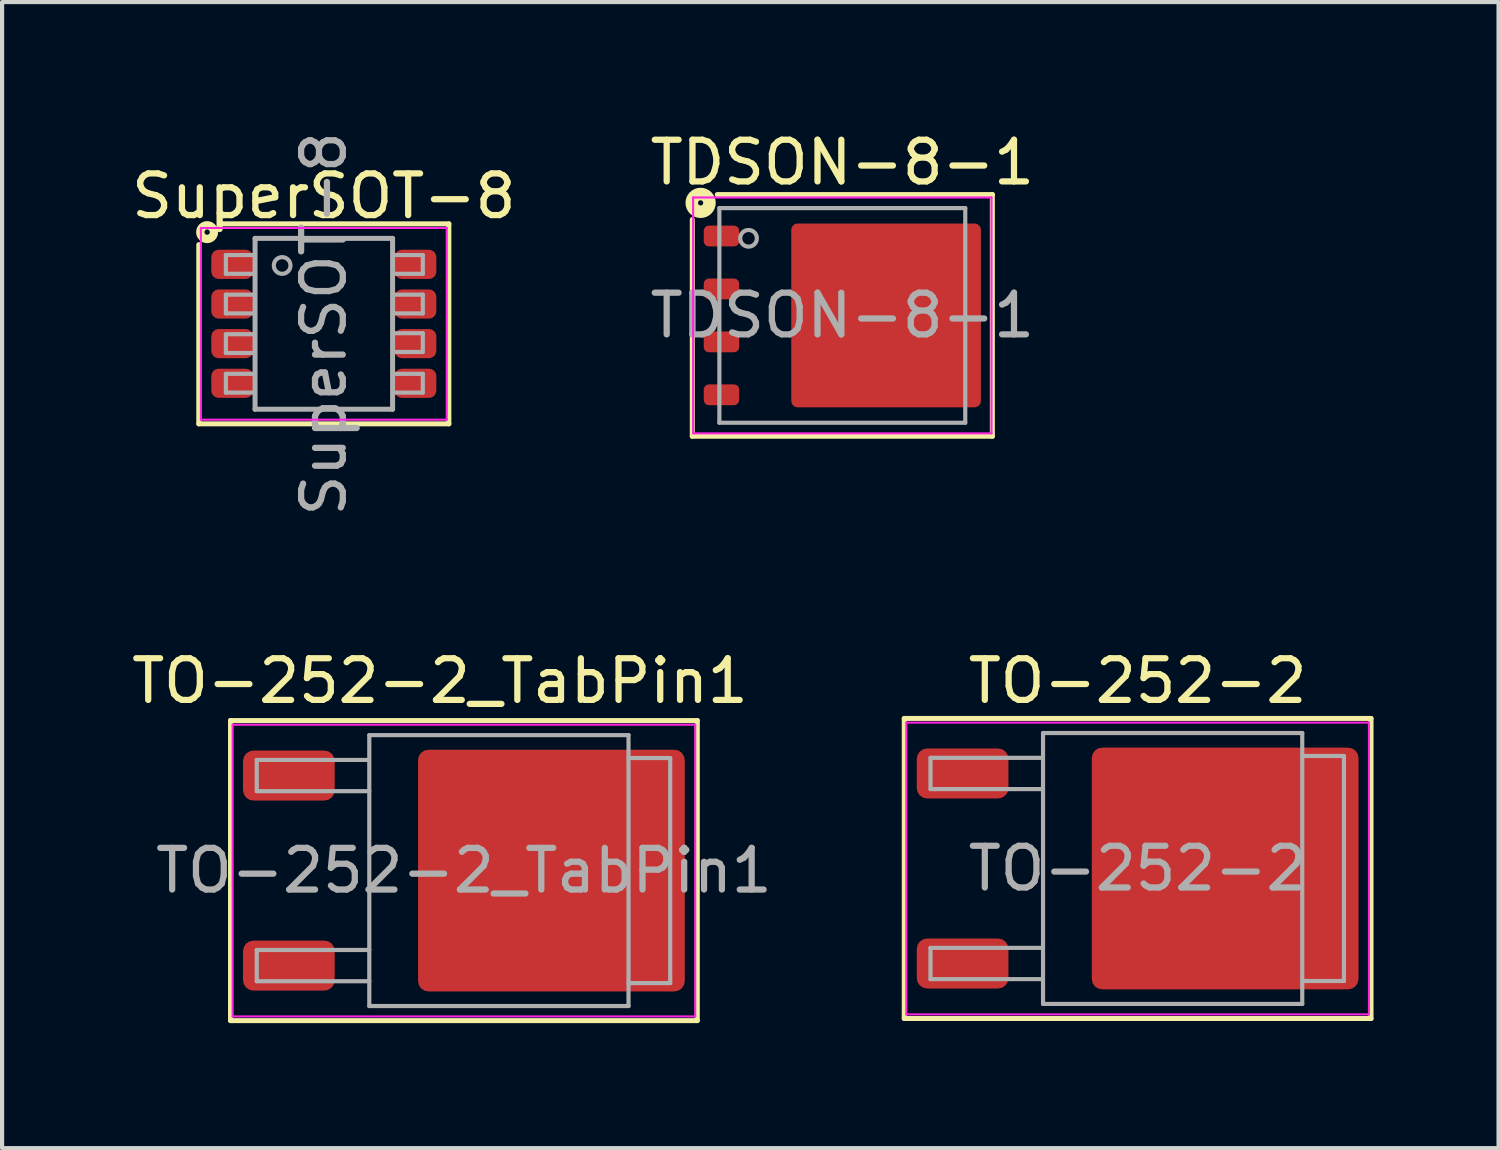
<source format=kicad_pcb>
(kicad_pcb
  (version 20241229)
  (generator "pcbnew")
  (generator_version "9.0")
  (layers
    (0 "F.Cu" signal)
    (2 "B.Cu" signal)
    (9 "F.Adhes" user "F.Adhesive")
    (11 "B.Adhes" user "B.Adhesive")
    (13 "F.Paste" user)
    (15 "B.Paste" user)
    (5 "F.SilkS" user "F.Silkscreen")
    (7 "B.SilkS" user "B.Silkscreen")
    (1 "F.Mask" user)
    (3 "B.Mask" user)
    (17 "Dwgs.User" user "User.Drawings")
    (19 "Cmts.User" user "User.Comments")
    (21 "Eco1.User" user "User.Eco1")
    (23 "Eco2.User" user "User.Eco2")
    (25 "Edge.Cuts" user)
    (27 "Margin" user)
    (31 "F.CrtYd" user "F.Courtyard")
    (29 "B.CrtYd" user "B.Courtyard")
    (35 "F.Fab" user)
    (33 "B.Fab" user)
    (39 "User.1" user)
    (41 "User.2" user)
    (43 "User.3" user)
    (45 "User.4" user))
  (footprint "SuperSOT-8"
    (layer "F.Cu")
    (at 4.72 4.72)
    (property "Reference" "SuperSOT-8" (at 0 -3.064 0) (layer "F.SilkS") (effects (font (size 1 1) (thickness 0.15))))
    (attr smd)
    (fp_line (start -3 -1.9) (end -3 2.4) (stroke (width 0.12) (type solid)) (layer "F.SilkS"))
    (fp_line (start -3 2.4) (end 3 2.4) (stroke (width 0.12) (type solid)) (layer "F.SilkS"))
    (fp_line (start 3 -2.4) (end -2.5 -2.4) (stroke (width 0.12) (type solid)) (layer "F.SilkS"))
    (fp_line (start 3 2.4) (end 3 -2.4) (stroke (width 0.12) (type solid)) (layer "F.SilkS"))
    (fp_circle (center -2.8 -2.2) (end -2.736 -2.2) (stroke (width 0.2) (type solid)) (fill no) (layer "F.SilkS"))
    (fp_line (start -2.95 -2.3) (end -2.95 2.3) (stroke (width 0.05) (type solid)) (layer "F.CrtYd"))
    (fp_line (start -2.95 -2.3) (end 2.95 -2.3) (stroke (width 0.05) (type solid)) (layer "F.CrtYd"))
    (fp_line (start 2.95 2.3) (end -2.95 2.3) (stroke (width 0.05) (type solid)) (layer "F.CrtYd"))
    (fp_line (start 2.95 2.3) (end 2.95 -2.3) (stroke (width 0.05) (type solid)) (layer "F.CrtYd"))
    (fp_line (start -2.35 -1.65) (end -2.35 -1.2) (stroke (width 0.1) (type solid)) (layer "F.Fab"))
    (fp_line (start -2.35 -1.65) (end -1.65 -1.65) (stroke (width 0.1) (type solid)) (layer "F.Fab"))
    (fp_line (start -2.35 -1.2) (end -1.65 -1.2) (stroke (width 0.1) (type solid)) (layer "F.Fab"))
    (fp_line (start -2.35 -0.7) (end -2.35 -0.25) (stroke (width 0.1) (type solid)) (layer "F.Fab"))
    (fp_line (start -2.35 -0.7) (end -1.65 -0.7) (stroke (width 0.1) (type solid)) (layer "F.Fab"))
    (fp_line (start -2.35 -0.25) (end -1.65 -0.25) (stroke (width 0.1) (type solid)) (layer "F.Fab"))
    (fp_line (start -2.35 0.25) (end -2.35 0.7) (stroke (width 0.1) (type solid)) (layer "F.Fab"))
    (fp_line (start -2.35 0.25) (end -1.65 0.25) (stroke (width 0.1) (type solid)) (layer "F.Fab"))
    (fp_line (start -2.35 0.7) (end -1.65 0.7) (stroke (width 0.1) (type solid)) (layer "F.Fab"))
    (fp_line (start -2.35 1.2) (end -2.35 1.65) (stroke (width 0.1) (type solid)) (layer "F.Fab"))
    (fp_line (start -2.35 1.2) (end -1.65 1.2) (stroke (width 0.1) (type solid)) (layer "F.Fab"))
    (fp_line (start -2.35 1.65) (end -1.65 1.65) (stroke (width 0.1) (type solid)) (layer "F.Fab"))
    (fp_line (start -1.65 -2.05) (end 1.65 -2.05) (stroke (width 0.12) (type solid)) (layer "F.Fab"))
    (fp_line (start -1.65 2.05) (end -1.65 -2.05) (stroke (width 0.12) (type solid)) (layer "F.Fab"))
    (fp_line (start 1.65 -2.05) (end 1.65 2.05) (stroke (width 0.12) (type solid)) (layer "F.Fab"))
    (fp_line (start 1.65 2.05) (end -1.65 2.05) (stroke (width 0.12) (type solid)) (layer "F.Fab"))
    (fp_line (start 2.375 -1.65) (end 1.675 -1.65) (stroke (width 0.1) (type solid)) (layer "F.Fab"))
    (fp_line (start 2.375 -1.2) (end 1.675 -1.2) (stroke (width 0.1) (type solid)) (layer "F.Fab"))
    (fp_line (start 2.375 -1.2) (end 2.375 -1.65) (stroke (width 0.1) (type solid)) (layer "F.Fab"))
    (fp_line (start 2.375 -0.7) (end 1.675 -0.7) (stroke (width 0.1) (type solid)) (layer "F.Fab"))
    (fp_line (start 2.375 -0.25) (end 1.675 -0.25) (stroke (width 0.1) (type solid)) (layer "F.Fab"))
    (fp_line (start 2.375 -0.25) (end 2.375 -0.7) (stroke (width 0.1) (type solid)) (layer "F.Fab"))
    (fp_line (start 2.375 0.225) (end 1.675 0.225) (stroke (width 0.1) (type solid)) (layer "F.Fab"))
    (fp_line (start 2.375 0.675) (end 1.675 0.675) (stroke (width 0.1) (type solid)) (layer "F.Fab"))
    (fp_line (start 2.375 0.675) (end 2.375 0.225) (stroke (width 0.1) (type solid)) (layer "F.Fab"))
    (fp_line (start 2.375 1.2) (end 1.675 1.2) (stroke (width 0.1) (type solid)) (layer "F.Fab"))
    (fp_line (start 2.375 1.65) (end 1.675 1.65) (stroke (width 0.1) (type solid)) (layer "F.Fab"))
    (fp_line (start 2.375 1.65) (end 2.375 1.2) (stroke (width 0.1) (type solid)) (layer "F.Fab"))
    (fp_circle (center -1 -1.4) (end -0.8 -1.4) (stroke (width 0.1) (type solid)) (fill no) (layer "F.Fab"))
    (fp_text user "${REFERENCE}" (at 0 0 90) (layer "F.Fab") (effects (font (size 1 1) (thickness 0.15))))
    (pad "1" smd roundrect (at -2.2 -1.427) (size 1 0.7) (layers "F.Cu" "F.Mask" "F.Paste") (roundrect_rratio 0.25))
    (pad "2" smd roundrect (at -2.2 -0.475) (size 1 0.7) (layers "F.Cu" "F.Mask" "F.Paste") (roundrect_rratio 0.25))
    (pad "3" smd roundrect (at -2.2 0.475) (size 1 0.7) (layers "F.Cu" "F.Mask" "F.Paste") (roundrect_rratio 0.25))
    (pad "4" smd roundrect (at -2.2 1.427) (size 1 0.7) (layers "F.Cu" "F.Mask" "F.Paste") (roundrect_rratio 0.25))
    (pad "5" smd roundrect (at 2.2 1.427) (size 1 0.7) (layers "F.Cu" "F.Mask" "F.Paste") (roundrect_rratio 0.25))
    (pad "6" smd roundrect (at 2.2 0.475) (size 1 0.7) (layers "F.Cu" "F.Mask" "F.Paste") (roundrect_rratio 0.25))
    (pad "7" smd roundrect (at 2.2 -0.475) (size 1 0.7) (layers "F.Cu" "F.Mask" "F.Paste") (roundrect_rratio 0.25))
    (pad "8" smd roundrect (at 2.2 -1.427) (size 1 0.7) (layers "F.Cu" "F.Mask" "F.Paste") (roundrect_rratio 0.25)))
  (footprint "TO-252-2"
    (layer "F.Cu")
    (at 24.247 17.789)
    (property "Reference" "TO-252-2" (at 0 -4.5 0) (layer "F.SilkS") (effects (font (size 1 1) (thickness 0.15))))
    (attr smd)
    (fp_line (start -5.6 -3.6) (end -5.6 3.6) (stroke (width 0.12) (type solid)) (layer "F.SilkS"))
    (fp_line (start -5.6 3.6) (end 5.6 3.6) (stroke (width 0.12) (type solid)) (layer "F.SilkS"))
    (fp_line (start 5.6 -3.6) (end -5.6 -3.6) (stroke (width 0.12) (type solid)) (layer "F.SilkS"))
    (fp_line (start 5.6 3.6) (end 5.6 -3.6) (stroke (width 0.12) (type solid)) (layer "F.SilkS"))
    (fp_line (start -5.55 -3.5) (end -5.55 3.5) (stroke (width 0.05) (type solid)) (layer "F.CrtYd"))
    (fp_line (start -5.55 3.5) (end 5.55 3.5) (stroke (width 0.05) (type solid)) (layer "F.CrtYd"))
    (fp_line (start 5.55 -3.5) (end -5.55 -3.5) (stroke (width 0.05) (type solid)) (layer "F.CrtYd"))
    (fp_line (start 5.55 3.5) (end 5.55 -3.5) (stroke (width 0.05) (type solid)) (layer "F.CrtYd"))
    (fp_line (start -4.97 -2.655) (end -4.97 -1.905) (stroke (width 0.1) (type solid)) (layer "F.Fab"))
    (fp_line (start -4.97 -1.905) (end -2.27 -1.905) (stroke (width 0.1) (type solid)) (layer "F.Fab"))
    (fp_line (start -4.97 1.905) (end -4.97 2.655) (stroke (width 0.1) (type solid)) (layer "F.Fab"))
    (fp_line (start -4.97 2.655) (end -2.27 2.655) (stroke (width 0.1) (type solid)) (layer "F.Fab"))
    (fp_line (start -2.3 -2.655) (end -4.97 -2.655) (stroke (width 0.1) (type solid)) (layer "F.Fab"))
    (fp_line (start -2.27 -3.25) (end 3.95 -3.25) (stroke (width 0.1) (type solid)) (layer "F.Fab"))
    (fp_line (start -2.27 1.905) (end -4.97 1.905) (stroke (width 0.1) (type solid)) (layer "F.Fab"))
    (fp_line (start -2.27 3.25) (end -2.27 -3.25) (stroke (width 0.1) (type solid)) (layer "F.Fab"))
    (fp_line (start 3.95 -3.25) (end 3.95 3.25) (stroke (width 0.1) (type solid)) (layer "F.Fab"))
    (fp_line (start 3.95 -2.7) (end 4.95 -2.7) (stroke (width 0.1) (type solid)) (layer "F.Fab"))
    (fp_line (start 3.95 3.25) (end -2.27 3.25) (stroke (width 0.1) (type solid)) (layer "F.Fab"))
    (fp_line (start 4.95 -2.7) (end 4.95 2.7) (stroke (width 0.1) (type solid)) (layer "F.Fab"))
    (fp_line (start 4.95 2.7) (end 3.95 2.7) (stroke (width 0.1) (type solid)) (layer "F.Fab"))
    (fp_text user "${REFERENCE}" (at 0 0 0) (layer "F.Fab") (effects (font (size 1 1) (thickness 0.15))))
    (pad "" smd roundrect (at 0 -1.9) (size 1.8 1.6) (layers "F.Paste") (roundrect_rratio 0.167))
    (pad "" smd roundrect (at 0 0) (size 1.8 1.6) (layers "F.Paste") (roundrect_rratio 0.167))
    (pad "" smd roundrect (at 0 1.9) (size 1.8 1.6) (layers "F.Paste") (roundrect_rratio 0.167))
    (pad "" smd roundrect (at 2.1 -1.9) (size 1.8 1.6) (layers "F.Paste") (roundrect_rratio 0.167))
    (pad "" smd roundrect (at 2.1 0) (size 1.8 1.6) (layers "F.Paste") (roundrect_rratio 0.167))
    (pad "" smd roundrect (at 2.1 1.9) (size 1.8 1.6) (layers "F.Paste") (roundrect_rratio 0.167))
    (pad "" smd roundrect (at 4.2 -1.9) (size 1.8 1.6) (layers "F.Paste") (roundrect_rratio 0.167))
    (pad "" smd roundrect (at 4.2 0) (size 1.8 1.6) (layers "F.Paste") (roundrect_rratio 0.167))
    (pad "" smd roundrect (at 4.2 1.9) (size 1.8 1.6) (layers "F.Paste") (roundrect_rratio 0.167))
    (pad "1" smd roundrect (at -4.2 -2.28) (size 2.2 1.2) (layers "F.Cu" "F.Mask" "F.Paste") (roundrect_rratio 0.208))
    (pad "2" smd roundrect (at 2.1 0) (size 6.4 5.8) (layers "F.Cu" "F.Mask") (roundrect_rratio 0.043))
    (pad "3" smd roundrect (at -4.2 2.28) (size 2.2 1.2) (layers "F.Cu" "F.Mask" "F.Paste") (roundrect_rratio 0.208)))
  (footprint "TDSON-8-1"
    (layer "F.Cu")
    (at 17.161 4.518)
    (property "Reference" "TDSON-8-1" (at 0 -3.67 0) (layer "F.SilkS") (effects (font (size 1 1) (thickness 0.15))))
    (attr smd)
    (fp_line (start -3.6 -2.3) (end -3.6 2.9) (stroke (width 0.12) (type solid)) (layer "F.SilkS"))
    (fp_line (start -3.6 2.9) (end 3.6 2.9) (stroke (width 0.12) (type solid)) (layer "F.SilkS"))
    (fp_line (start 3.6 -2.9) (end -3 -2.9) (stroke (width 0.12) (type solid)) (layer "F.SilkS"))
    (fp_line (start 3.6 2.9) (end 3.6 -2.9) (stroke (width 0.12) (type solid)) (layer "F.SilkS"))
    (fp_circle (center -3.4 -2.7) (end -3.337 -2.7) (stroke (width 0.3) (type solid)) (fill no) (layer "F.SilkS"))
    (fp_line (start -3.58 -2.83) (end -3.58 2.83) (stroke (width 0.05) (type solid)) (layer "F.CrtYd"))
    (fp_line (start -3.58 2.83) (end 3.58 2.83) (stroke (width 0.05) (type solid)) (layer "F.CrtYd"))
    (fp_line (start 3.58 -2.83) (end -3.58 -2.83) (stroke (width 0.05) (type solid)) (layer "F.CrtYd"))
    (fp_line (start 3.58 2.83) (end 3.58 -2.83) (stroke (width 0.05) (type solid)) (layer "F.CrtYd"))
    (fp_line (start -2.95 -2.575) (end 2.95 -2.575) (stroke (width 0.1) (type solid)) (layer "F.Fab"))
    (fp_line (start -2.95 2.575) (end -2.95 -2.575) (stroke (width 0.1) (type solid)) (layer "F.Fab"))
    (fp_line (start 2.95 -2.575) (end 2.95 2.575) (stroke (width 0.1) (type solid)) (layer "F.Fab"))
    (fp_line (start 2.95 2.575) (end -2.95 2.575) (stroke (width 0.1) (type solid)) (layer "F.Fab"))
    (fp_circle (center -2.25 -1.85) (end -2.05 -1.85) (stroke (width 0.1) (type solid)) (fill no) (layer "F.Fab"))
    (fp_text user "${REFERENCE}" (at 0 0 0) (layer "F.Fab") (effects (font (size 1 1) (thickness 0.15))))
    (pad "" smd roundrect (at -0.2 -0.85 90) (size 1.5 1.5) (layers "F.Paste") (roundrect_rratio 0.167))
    (pad "" smd roundrect (at -0.2 0.85) (size 1.5 1.5) (layers "F.Paste") (roundrect_rratio 0.167))
    (pad "" smd roundrect (at 0.65 0 90) (size 4.41 3.75) (layers "F.Mask") (roundrect_rratio 0.034))
    (pad "" smd roundrect (at 1.5 -0.85) (size 1.5 1.5) (layers "F.Paste") (roundrect_rratio 0.167))
    (pad "" smd roundrect (at 1.5 0.85) (size 1.5 1.5) (layers "F.Paste") (roundrect_rratio 0.167))
    (pad "" smd roundrect (at 2.825 -1.9 90) (size 0.6 1) (layers "F.Mask") (roundrect_rratio 0.25))
    (pad "" smd roundrect (at 2.825 -0.625 90) (size 0.6 1) (layers "F.Mask") (roundrect_rratio 0.25))
    (pad "" smd roundrect (at 2.825 0.625 90) (size 0.6 1) (layers "F.Mask") (roundrect_rratio 0.25))
    (pad "" smd roundrect (at 2.825 1.9 90) (size 0.6 1) (layers "F.Mask") (roundrect_rratio 0.25))
    (pad "" smd roundrect (at 2.905 -1.905) (size 0.75 0.5) (layers "F.Paste") (roundrect_rratio 0.25))
    (pad "" smd roundrect (at 2.905 -0.635) (size 0.75 0.5) (layers "F.Paste") (roundrect_rratio 0.25))
    (pad "" smd roundrect (at 2.905 0.635) (size 0.75 0.5) (layers "F.Paste") (roundrect_rratio 0.25))
    (pad "" smd roundrect (at 2.905 1.905) (size 0.75 0.5) (layers "F.Paste") (roundrect_rratio 0.25))
    (pad "1" smd roundrect (at -2.9 -1.905) (size 0.85 0.5) (layers "F.Cu" "F.Mask" "F.Paste") (roundrect_rratio 0.25))
    (pad "2" smd roundrect (at -2.9 -0.635) (size 0.85 0.5) (layers "F.Cu" "F.Mask" "F.Paste") (roundrect_rratio 0.25))
    (pad "3" smd roundrect (at -2.9 0.635) (size 0.85 0.5) (layers "F.Cu" "F.Mask" "F.Paste") (roundrect_rratio 0.25))
    (pad "4" smd roundrect (at -2.9 1.905) (size 0.85 0.5) (layers "F.Cu" "F.Mask" "F.Paste") (roundrect_rratio 0.25))
    (pad "5" smd roundrect (at 1.05 0) (size 4.55 4.41) (layers "F.Cu") (roundrect_rratio 0.034)))
  (footprint "TO-252-2_TabPin1"
    (layer "F.Cu")
    (at 8.081 17.839)
    (property "Reference" "TO-252-2_TabPin1" (at -0.575 -4.55 0) (layer "F.SilkS") (effects (font (size 1 1) (thickness 0.15))))
    (attr smd)
    (fp_line (start -5.6 -3.6) (end -5.6 3.6) (stroke (width 0.12) (type solid)) (layer "F.SilkS"))
    (fp_line (start -5.6 3.6) (end 5.6 3.6) (stroke (width 0.12) (type solid)) (layer "F.SilkS"))
    (fp_line (start 5.6 -3.6) (end -5.6 -3.6) (stroke (width 0.12) (type solid)) (layer "F.SilkS"))
    (fp_line (start 5.6 3.6) (end 5.6 -3.6) (stroke (width 0.12) (type solid)) (layer "F.SilkS"))
    (fp_line (start -5.55 -3.5) (end -5.55 3.5) (stroke (width 0.05) (type solid)) (layer "F.CrtYd"))
    (fp_line (start 5.55 -3.5) (end -5.55 -3.5) (stroke (width 0.05) (type solid)) (layer "F.CrtYd"))
    (fp_line (start 5.55 3.5) (end -5.55 3.5) (stroke (width 0.05) (type solid)) (layer "F.CrtYd"))
    (fp_line (start 5.55 3.5) (end 5.55 -3.5) (stroke (width 0.05) (type solid)) (layer "F.CrtYd"))
    (fp_line (start -4.97 -2.655) (end -4.97 -1.905) (stroke (width 0.1) (type solid)) (layer "F.Fab"))
    (fp_line (start -4.97 -1.905) (end -2.27 -1.905) (stroke (width 0.1) (type solid)) (layer "F.Fab"))
    (fp_line (start -4.97 1.905) (end -4.97 2.655) (stroke (width 0.1) (type solid)) (layer "F.Fab"))
    (fp_line (start -4.97 2.655) (end -2.27 2.655) (stroke (width 0.1) (type solid)) (layer "F.Fab"))
    (fp_line (start -2.3 -2.655) (end -4.97 -2.655) (stroke (width 0.1) (type solid)) (layer "F.Fab"))
    (fp_line (start -2.27 -3.25) (end 3.95 -3.25) (stroke (width 0.1) (type solid)) (layer "F.Fab"))
    (fp_line (start -2.27 1.905) (end -4.97 1.905) (stroke (width 0.1) (type solid)) (layer "F.Fab"))
    (fp_line (start -2.27 3.25) (end -2.27 -3.25) (stroke (width 0.1) (type solid)) (layer "F.Fab"))
    (fp_line (start 3.95 -3.25) (end 3.95 3.25) (stroke (width 0.1) (type solid)) (layer "F.Fab"))
    (fp_line (start 3.95 -2.7) (end 4.95 -2.7) (stroke (width 0.1) (type solid)) (layer "F.Fab"))
    (fp_line (start 3.95 3.25) (end -2.27 3.25) (stroke (width 0.1) (type solid)) (layer "F.Fab"))
    (fp_line (start 4.95 -2.7) (end 4.95 2.7) (stroke (width 0.1) (type solid)) (layer "F.Fab"))
    (fp_line (start 4.95 2.7) (end 3.95 2.7) (stroke (width 0.1) (type solid)) (layer "F.Fab"))
    (fp_text user "${REFERENCE}" (at 0 0 0) (layer "F.Fab") (effects (font (size 1 1) (thickness 0.15))))
    (pad "" smd roundrect (at 0 -1.9) (size 1.8 1.6) (layers "F.Paste") (roundrect_rratio 0.167))
    (pad "" smd roundrect (at 0 0) (size 1.8 1.6) (layers "F.Paste") (roundrect_rratio 0.167))
    (pad "" smd roundrect (at 0 1.9) (size 1.8 1.6) (layers "F.Paste") (roundrect_rratio 0.167))
    (pad "" smd roundrect (at 2.1 -1.9) (size 1.8 1.6) (layers "F.Paste") (roundrect_rratio 0.167))
    (pad "" smd roundrect (at 2.1 0) (size 1.8 1.6) (layers "F.Paste") (roundrect_rratio 0.167))
    (pad "" smd roundrect (at 2.1 1.9) (size 1.8 1.6) (layers "F.Paste") (roundrect_rratio 0.167))
    (pad "" smd roundrect (at 4.2 -1.9) (size 1.8 1.6) (layers "F.Paste") (roundrect_rratio 0.167))
    (pad "" smd roundrect (at 4.2 0) (size 1.8 1.6) (layers "F.Paste") (roundrect_rratio 0.167))
    (pad "" smd roundrect (at 4.2 1.9) (size 1.8 1.6) (layers "F.Paste") (roundrect_rratio 0.167))
    (pad "1" smd roundrect (at -4.2 -2.28) (size 2.2 1.2) (layers "F.Cu" "F.Mask" "F.Paste") (roundrect_rratio 0.208))
    (pad "1" smd roundrect (at 2.1 0) (size 6.4 5.8) (layers "F.Cu" "F.Mask") (roundrect_rratio 0.043))
    (pad "2" smd roundrect (at -4.2 2.28) (size 2.2 1.2) (layers "F.Cu" "F.Mask" "F.Paste") (roundrect_rratio 0.208)))
  (gr_rect
    (start -3 -3)
    (end 32.907 24.499)
    (stroke (width 0.1) (type default))
    (fill no)
    (layer "Edge.Cuts")))
</source>
